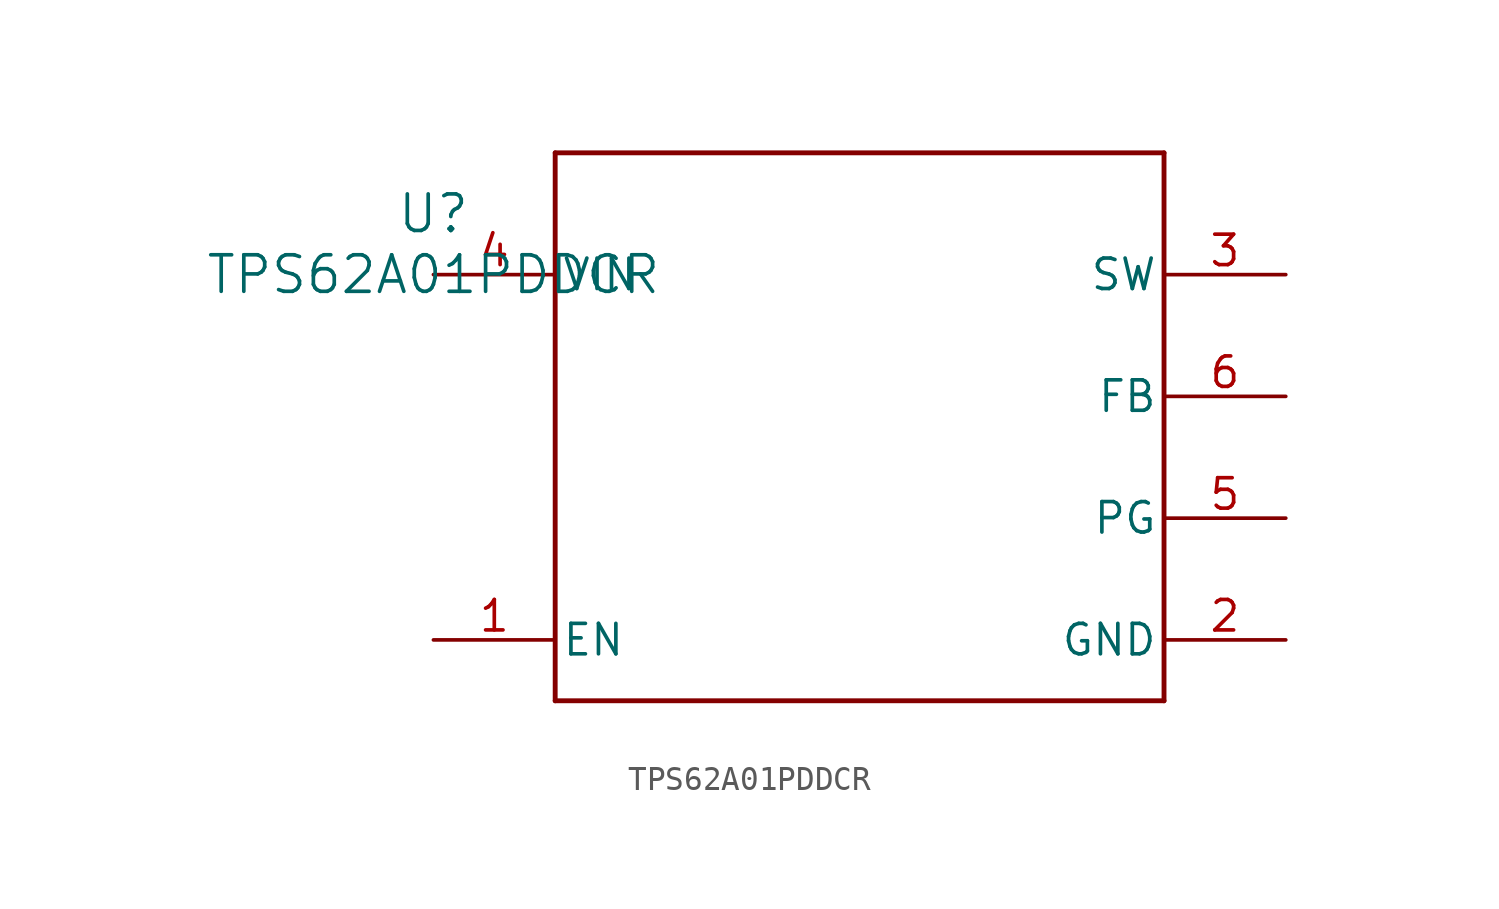
<source format=kicad_sym>
(kicad_symbol_lib
  (version 20241209)
  (generator "kicad_symbol_editor")
  (generator_version "9.0")
  (symbol "TPS62A01PDDCR"
    (pin_names
      (offset 0.254))
    (property "Reference" "U"
      (at 0 2.54 0)
      (effects (font (size 1.524 1.524))))
    (property "Value" "TPS62A01PDDCR"
      (at 0 0 0)
      (effects (font (size 1.524 1.524))))
    (symbol "TPS62A01PDDCR_0_1"
      (polyline (pts (xy 5.08 5.08) (xy 5.08 -17.78)) (stroke (width 0.203) (type default)) (fill (type none)))
      (polyline (pts (xy 5.08 -17.78) (xy 30.48 -17.78)) (stroke (width 0.203) (type default)) (fill (type none)))
      (polyline (pts (xy 30.48 5.08) (xy 5.08 5.08)) (stroke (width 0.203) (type default)) (fill (type none)))
      (polyline (pts (xy 30.48 -17.78) (xy 30.48 5.08)) (stroke (width 0.203) (type default)) (fill (type none)))
      (pin power_in line (at 0 0 0) (length 5.08) (name "VIN" (effects (font (size 1.27 1.27)))) (number "4" (effects (font (size 1.27 1.27)))))
      (pin input line (at 0 -15.24 0) (length 5.08) (name "EN" (effects (font (size 1.27 1.27)))) (number "1" (effects (font (size 1.27 1.27)))))
      (pin unspecified line (at 35.56 0 180) (length 5.08) (name "SW" (effects (font (size 1.27 1.27)))) (number "3" (effects (font (size 1.27 1.27)))))
      (pin unspecified line (at 35.56 -5.08 180) (length 5.08) (name "FB" (effects (font (size 1.27 1.27)))) (number "6" (effects (font (size 1.27 1.27)))))
      (pin open_collector line (at 35.56 -10.16 180) (length 5.08) (name "PG" (effects (font (size 1.27 1.27)))) (number "5" (effects (font (size 1.27 1.27)))))
      (pin power_in line (at 35.56 -15.24 180) (length 5.08) (name "GND" (effects (font (size 1.27 1.27)))) (number "2" (effects (font (size 1.27 1.27))))))))
</source>
